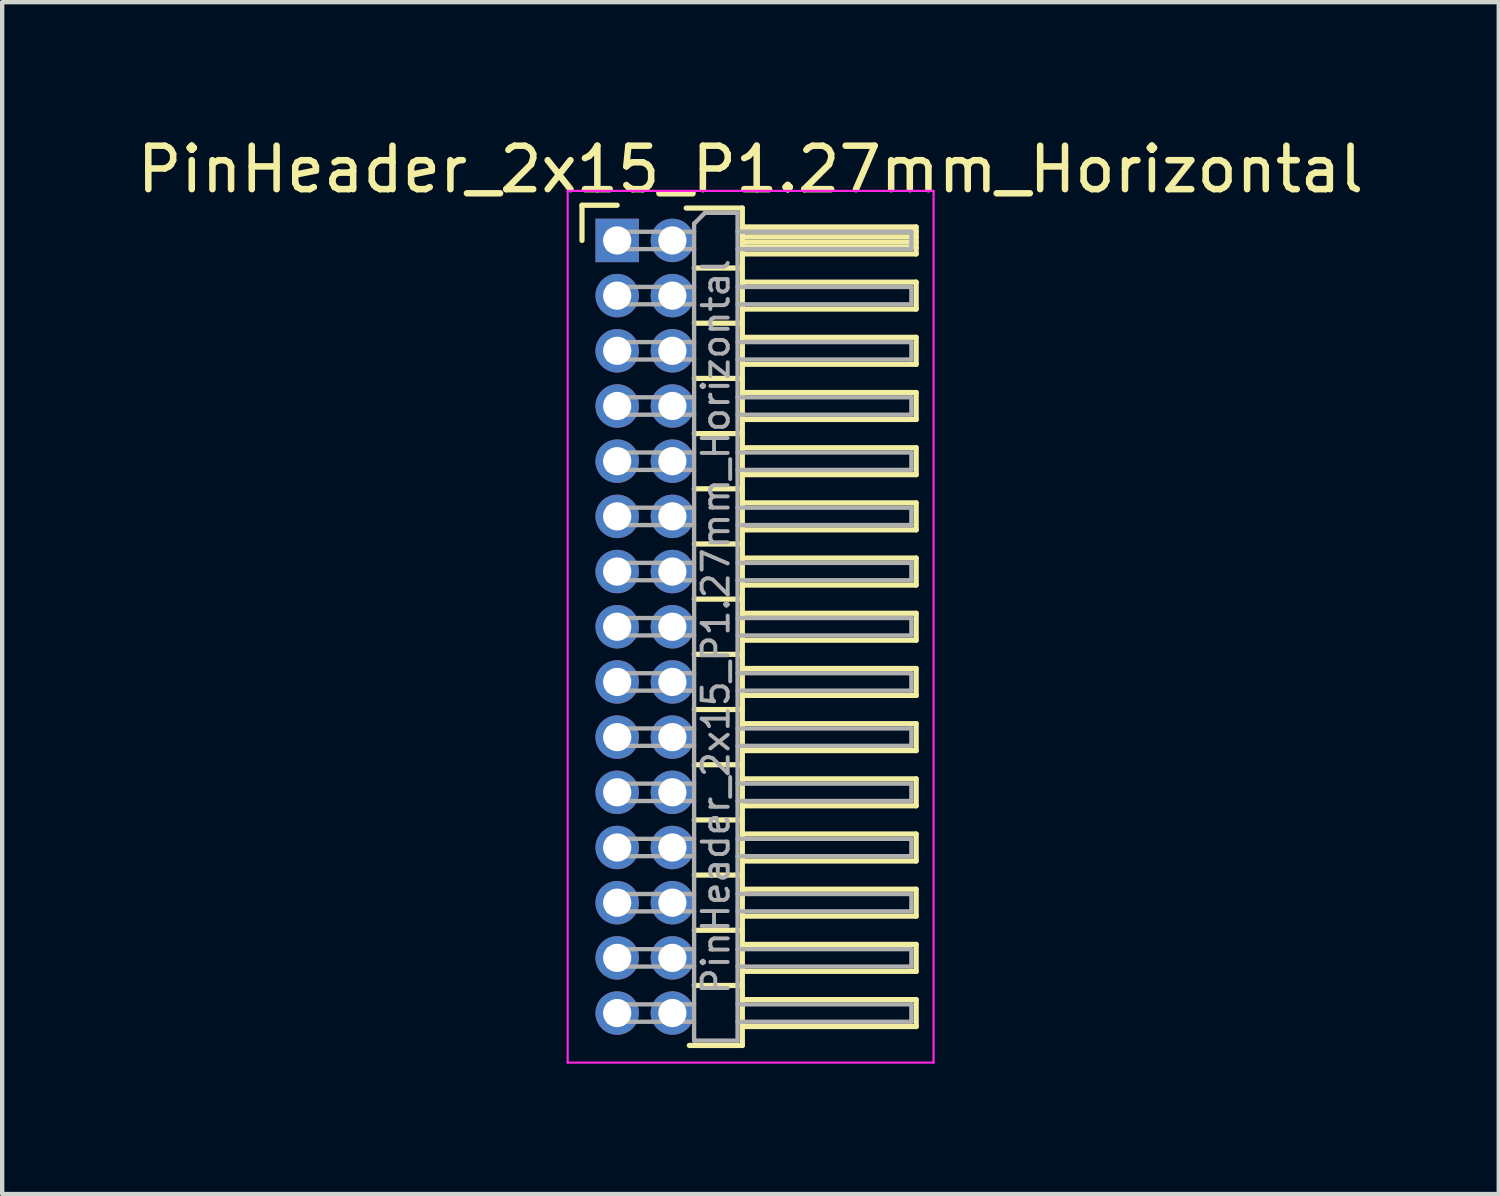
<source format=kicad_pcb>
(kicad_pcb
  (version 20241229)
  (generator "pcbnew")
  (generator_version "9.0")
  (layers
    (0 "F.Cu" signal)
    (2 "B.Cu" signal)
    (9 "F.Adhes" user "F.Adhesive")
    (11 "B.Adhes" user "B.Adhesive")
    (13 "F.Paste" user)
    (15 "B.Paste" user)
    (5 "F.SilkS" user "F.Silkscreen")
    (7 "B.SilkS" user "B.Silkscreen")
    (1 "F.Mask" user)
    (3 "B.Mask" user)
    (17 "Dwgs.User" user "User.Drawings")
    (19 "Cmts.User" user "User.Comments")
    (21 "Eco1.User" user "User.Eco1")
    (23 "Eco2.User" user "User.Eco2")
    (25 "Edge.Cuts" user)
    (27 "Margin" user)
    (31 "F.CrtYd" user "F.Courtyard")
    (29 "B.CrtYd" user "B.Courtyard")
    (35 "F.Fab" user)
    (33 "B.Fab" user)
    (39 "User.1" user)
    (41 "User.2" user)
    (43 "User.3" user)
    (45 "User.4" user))
  (footprint "PinHeader_2x15_P1.27mm_Horizontal"
    (layer "F.Cu")
    (at 11.153 2.483)
    (property "Reference" "PinHeader_2x15_P1.27mm_Horizontal" (at 3.067 -1.635 0) (layer "F.SilkS") (effects (font (size 1 1) (thickness 0.15))))
    (attr through_hole)
    (fp_line (start -0.81 -0.81) (end 0 -0.81) (stroke (width 0.12) (type solid)) (layer "F.SilkS"))
    (fp_line (start -0.81 0) (end -0.81 -0.81) (stroke (width 0.12) (type solid)) (layer "F.SilkS"))
    (fp_line (start 1.588 -0.745) (end 2.88 -0.745) (stroke (width 0.12) (type solid)) (layer "F.SilkS"))
    (fp_line (start 1.773 0.635) (end 2.88 0.635) (stroke (width 0.12) (type solid)) (layer "F.SilkS"))
    (fp_line (start 1.773 1.905) (end 2.88 1.905) (stroke (width 0.12) (type solid)) (layer "F.SilkS"))
    (fp_line (start 1.773 3.175) (end 2.88 3.175) (stroke (width 0.12) (type solid)) (layer "F.SilkS"))
    (fp_line (start 1.773 4.445) (end 2.88 4.445) (stroke (width 0.12) (type solid)) (layer "F.SilkS"))
    (fp_line (start 1.773 5.715) (end 2.88 5.715) (stroke (width 0.12) (type solid)) (layer "F.SilkS"))
    (fp_line (start 1.773 6.985) (end 2.88 6.985) (stroke (width 0.12) (type solid)) (layer "F.SilkS"))
    (fp_line (start 1.773 8.255) (end 2.88 8.255) (stroke (width 0.12) (type solid)) (layer "F.SilkS"))
    (fp_line (start 1.773 9.525) (end 2.88 9.525) (stroke (width 0.12) (type solid)) (layer "F.SilkS"))
    (fp_line (start 1.773 10.795) (end 2.88 10.795) (stroke (width 0.12) (type solid)) (layer "F.SilkS"))
    (fp_line (start 1.773 12.065) (end 2.88 12.065) (stroke (width 0.12) (type solid)) (layer "F.SilkS"))
    (fp_line (start 1.773 13.335) (end 2.88 13.335) (stroke (width 0.12) (type solid)) (layer "F.SilkS"))
    (fp_line (start 1.773 14.605) (end 2.88 14.605) (stroke (width 0.12) (type solid)) (layer "F.SilkS"))
    (fp_line (start 1.773 15.875) (end 2.88 15.875) (stroke (width 0.12) (type solid)) (layer "F.SilkS"))
    (fp_line (start 1.773 17.145) (end 2.88 17.145) (stroke (width 0.12) (type solid)) (layer "F.SilkS"))
    (fp_line (start 2.88 -0.745) (end 2.88 18.525) (stroke (width 0.12) (type solid)) (layer "F.SilkS"))
    (fp_line (start 2.88 -0.31) (end 6.88 -0.31) (stroke (width 0.12) (type solid)) (layer "F.SilkS"))
    (fp_line (start 2.88 -0.2) (end 6.88 -0.2) (stroke (width 0.12) (type solid)) (layer "F.SilkS"))
    (fp_line (start 2.88 -0.08) (end 6.88 -0.08) (stroke (width 0.12) (type solid)) (layer "F.SilkS"))
    (fp_line (start 2.88 0.04) (end 6.88 0.04) (stroke (width 0.12) (type solid)) (layer "F.SilkS"))
    (fp_line (start 2.88 0.16) (end 6.88 0.16) (stroke (width 0.12) (type solid)) (layer "F.SilkS"))
    (fp_line (start 2.88 0.96) (end 6.88 0.96) (stroke (width 0.12) (type solid)) (layer "F.SilkS"))
    (fp_line (start 2.88 2.23) (end 6.88 2.23) (stroke (width 0.12) (type solid)) (layer "F.SilkS"))
    (fp_line (start 2.88 3.5) (end 6.88 3.5) (stroke (width 0.12) (type solid)) (layer "F.SilkS"))
    (fp_line (start 2.88 4.77) (end 6.88 4.77) (stroke (width 0.12) (type solid)) (layer "F.SilkS"))
    (fp_line (start 2.88 6.04) (end 6.88 6.04) (stroke (width 0.12) (type solid)) (layer "F.SilkS"))
    (fp_line (start 2.88 7.31) (end 6.88 7.31) (stroke (width 0.12) (type solid)) (layer "F.SilkS"))
    (fp_line (start 2.88 8.58) (end 6.88 8.58) (stroke (width 0.12) (type solid)) (layer "F.SilkS"))
    (fp_line (start 2.88 9.85) (end 6.88 9.85) (stroke (width 0.12) (type solid)) (layer "F.SilkS"))
    (fp_line (start 2.88 11.12) (end 6.88 11.12) (stroke (width 0.12) (type solid)) (layer "F.SilkS"))
    (fp_line (start 2.88 12.39) (end 6.88 12.39) (stroke (width 0.12) (type solid)) (layer "F.SilkS"))
    (fp_line (start 2.88 13.66) (end 6.88 13.66) (stroke (width 0.12) (type solid)) (layer "F.SilkS"))
    (fp_line (start 2.88 14.93) (end 6.88 14.93) (stroke (width 0.12) (type solid)) (layer "F.SilkS"))
    (fp_line (start 2.88 16.2) (end 6.88 16.2) (stroke (width 0.12) (type solid)) (layer "F.SilkS"))
    (fp_line (start 2.88 17.47) (end 6.88 17.47) (stroke (width 0.12) (type solid)) (layer "F.SilkS"))
    (fp_line (start 2.88 18.525) (end 1.66 18.525) (stroke (width 0.12) (type solid)) (layer "F.SilkS"))
    (fp_line (start 6.88 -0.31) (end 6.88 0.31) (stroke (width 0.12) (type solid)) (layer "F.SilkS"))
    (fp_line (start 6.88 0.31) (end 2.88 0.31) (stroke (width 0.12) (type solid)) (layer "F.SilkS"))
    (fp_line (start 6.88 0.96) (end 6.88 1.58) (stroke (width 0.12) (type solid)) (layer "F.SilkS"))
    (fp_line (start 6.88 1.58) (end 2.88 1.58) (stroke (width 0.12) (type solid)) (layer "F.SilkS"))
    (fp_line (start 6.88 2.23) (end 6.88 2.85) (stroke (width 0.12) (type solid)) (layer "F.SilkS"))
    (fp_line (start 6.88 2.85) (end 2.88 2.85) (stroke (width 0.12) (type solid)) (layer "F.SilkS"))
    (fp_line (start 6.88 3.5) (end 6.88 4.12) (stroke (width 0.12) (type solid)) (layer "F.SilkS"))
    (fp_line (start 6.88 4.12) (end 2.88 4.12) (stroke (width 0.12) (type solid)) (layer "F.SilkS"))
    (fp_line (start 6.88 4.77) (end 6.88 5.39) (stroke (width 0.12) (type solid)) (layer "F.SilkS"))
    (fp_line (start 6.88 5.39) (end 2.88 5.39) (stroke (width 0.12) (type solid)) (layer "F.SilkS"))
    (fp_line (start 6.88 6.04) (end 6.88 6.66) (stroke (width 0.12) (type solid)) (layer "F.SilkS"))
    (fp_line (start 6.88 6.66) (end 2.88 6.66) (stroke (width 0.12) (type solid)) (layer "F.SilkS"))
    (fp_line (start 6.88 7.31) (end 6.88 7.93) (stroke (width 0.12) (type solid)) (layer "F.SilkS"))
    (fp_line (start 6.88 7.93) (end 2.88 7.93) (stroke (width 0.12) (type solid)) (layer "F.SilkS"))
    (fp_line (start 6.88 8.58) (end 6.88 9.2) (stroke (width 0.12) (type solid)) (layer "F.SilkS"))
    (fp_line (start 6.88 9.2) (end 2.88 9.2) (stroke (width 0.12) (type solid)) (layer "F.SilkS"))
    (fp_line (start 6.88 9.85) (end 6.88 10.47) (stroke (width 0.12) (type solid)) (layer "F.SilkS"))
    (fp_line (start 6.88 10.47) (end 2.88 10.47) (stroke (width 0.12) (type solid)) (layer "F.SilkS"))
    (fp_line (start 6.88 11.12) (end 6.88 11.74) (stroke (width 0.12) (type solid)) (layer "F.SilkS"))
    (fp_line (start 6.88 11.74) (end 2.88 11.74) (stroke (width 0.12) (type solid)) (layer "F.SilkS"))
    (fp_line (start 6.88 12.39) (end 6.88 13.01) (stroke (width 0.12) (type solid)) (layer "F.SilkS"))
    (fp_line (start 6.88 13.01) (end 2.88 13.01) (stroke (width 0.12) (type solid)) (layer "F.SilkS"))
    (fp_line (start 6.88 13.66) (end 6.88 14.28) (stroke (width 0.12) (type solid)) (layer "F.SilkS"))
    (fp_line (start 6.88 14.28) (end 2.88 14.28) (stroke (width 0.12) (type solid)) (layer "F.SilkS"))
    (fp_line (start 6.88 14.93) (end 6.88 15.55) (stroke (width 0.12) (type solid)) (layer "F.SilkS"))
    (fp_line (start 6.88 15.55) (end 2.88 15.55) (stroke (width 0.12) (type solid)) (layer "F.SilkS"))
    (fp_line (start 6.88 16.2) (end 6.88 16.82) (stroke (width 0.12) (type solid)) (layer "F.SilkS"))
    (fp_line (start 6.88 16.82) (end 2.88 16.82) (stroke (width 0.12) (type solid)) (layer "F.SilkS"))
    (fp_line (start 6.88 17.47) (end 6.88 18.09) (stroke (width 0.12) (type solid)) (layer "F.SilkS"))
    (fp_line (start 6.88 18.09) (end 2.88 18.09) (stroke (width 0.12) (type solid)) (layer "F.SilkS"))
    (fp_line (start -1.14 -1.14) (end -1.14 18.92) (stroke (width 0.05) (type solid)) (layer "F.CrtYd"))
    (fp_line (start -1.14 18.92) (end 7.28 18.92) (stroke (width 0.05) (type solid)) (layer "F.CrtYd"))
    (fp_line (start 7.28 -1.14) (end -1.14 -1.14) (stroke (width 0.05) (type solid)) (layer "F.CrtYd"))
    (fp_line (start 7.28 18.92) (end 7.28 -1.14) (stroke (width 0.05) (type solid)) (layer "F.CrtYd"))
    (fp_line (start -0.2 -0.2) (end -0.2 0.2) (stroke (width 0.1) (type solid)) (layer "F.Fab"))
    (fp_line (start -0.2 -0.2) (end 1.77 -0.2) (stroke (width 0.1) (type solid)) (layer "F.Fab"))
    (fp_line (start -0.2 0.2) (end 1.77 0.2) (stroke (width 0.1) (type solid)) (layer "F.Fab"))
    (fp_line (start -0.2 1.07) (end -0.2 1.47) (stroke (width 0.1) (type solid)) (layer "F.Fab"))
    (fp_line (start -0.2 1.07) (end 1.77 1.07) (stroke (width 0.1) (type solid)) (layer "F.Fab"))
    (fp_line (start -0.2 1.47) (end 1.77 1.47) (stroke (width 0.1) (type solid)) (layer "F.Fab"))
    (fp_line (start -0.2 2.34) (end -0.2 2.74) (stroke (width 0.1) (type solid)) (layer "F.Fab"))
    (fp_line (start -0.2 2.34) (end 1.77 2.34) (stroke (width 0.1) (type solid)) (layer "F.Fab"))
    (fp_line (start -0.2 2.74) (end 1.77 2.74) (stroke (width 0.1) (type solid)) (layer "F.Fab"))
    (fp_line (start -0.2 3.61) (end -0.2 4.01) (stroke (width 0.1) (type solid)) (layer "F.Fab"))
    (fp_line (start -0.2 3.61) (end 1.77 3.61) (stroke (width 0.1) (type solid)) (layer "F.Fab"))
    (fp_line (start -0.2 4.01) (end 1.77 4.01) (stroke (width 0.1) (type solid)) (layer "F.Fab"))
    (fp_line (start -0.2 4.88) (end -0.2 5.28) (stroke (width 0.1) (type solid)) (layer "F.Fab"))
    (fp_line (start -0.2 4.88) (end 1.77 4.88) (stroke (width 0.1) (type solid)) (layer "F.Fab"))
    (fp_line (start -0.2 5.28) (end 1.77 5.28) (stroke (width 0.1) (type solid)) (layer "F.Fab"))
    (fp_line (start -0.2 6.15) (end -0.2 6.55) (stroke (width 0.1) (type solid)) (layer "F.Fab"))
    (fp_line (start -0.2 6.15) (end 1.77 6.15) (stroke (width 0.1) (type solid)) (layer "F.Fab"))
    (fp_line (start -0.2 6.55) (end 1.77 6.55) (stroke (width 0.1) (type solid)) (layer "F.Fab"))
    (fp_line (start -0.2 7.42) (end -0.2 7.82) (stroke (width 0.1) (type solid)) (layer "F.Fab"))
    (fp_line (start -0.2 7.42) (end 1.77 7.42) (stroke (width 0.1) (type solid)) (layer "F.Fab"))
    (fp_line (start -0.2 7.82) (end 1.77 7.82) (stroke (width 0.1) (type solid)) (layer "F.Fab"))
    (fp_line (start -0.2 8.69) (end -0.2 9.09) (stroke (width 0.1) (type solid)) (layer "F.Fab"))
    (fp_line (start -0.2 8.69) (end 1.77 8.69) (stroke (width 0.1) (type solid)) (layer "F.Fab"))
    (fp_line (start -0.2 9.09) (end 1.77 9.09) (stroke (width 0.1) (type solid)) (layer "F.Fab"))
    (fp_line (start -0.2 9.96) (end -0.2 10.36) (stroke (width 0.1) (type solid)) (layer "F.Fab"))
    (fp_line (start -0.2 9.96) (end 1.77 9.96) (stroke (width 0.1) (type solid)) (layer "F.Fab"))
    (fp_line (start -0.2 10.36) (end 1.77 10.36) (stroke (width 0.1) (type solid)) (layer "F.Fab"))
    (fp_line (start -0.2 11.23) (end -0.2 11.63) (stroke (width 0.1) (type solid)) (layer "F.Fab"))
    (fp_line (start -0.2 11.23) (end 1.77 11.23) (stroke (width 0.1) (type solid)) (layer "F.Fab"))
    (fp_line (start -0.2 11.63) (end 1.77 11.63) (stroke (width 0.1) (type solid)) (layer "F.Fab"))
    (fp_line (start -0.2 12.5) (end -0.2 12.9) (stroke (width 0.1) (type solid)) (layer "F.Fab"))
    (fp_line (start -0.2 12.5) (end 1.77 12.5) (stroke (width 0.1) (type solid)) (layer "F.Fab"))
    (fp_line (start -0.2 12.9) (end 1.77 12.9) (stroke (width 0.1) (type solid)) (layer "F.Fab"))
    (fp_line (start -0.2 13.77) (end -0.2 14.17) (stroke (width 0.1) (type solid)) (layer "F.Fab"))
    (fp_line (start -0.2 13.77) (end 1.77 13.77) (stroke (width 0.1) (type solid)) (layer "F.Fab"))
    (fp_line (start -0.2 14.17) (end 1.77 14.17) (stroke (width 0.1) (type solid)) (layer "F.Fab"))
    (fp_line (start -0.2 15.04) (end -0.2 15.44) (stroke (width 0.1) (type solid)) (layer "F.Fab"))
    (fp_line (start -0.2 15.04) (end 1.77 15.04) (stroke (width 0.1) (type solid)) (layer "F.Fab"))
    (fp_line (start -0.2 15.44) (end 1.77 15.44) (stroke (width 0.1) (type solid)) (layer "F.Fab"))
    (fp_line (start -0.2 16.31) (end -0.2 16.71) (stroke (width 0.1) (type solid)) (layer "F.Fab"))
    (fp_line (start -0.2 16.31) (end 1.77 16.31) (stroke (width 0.1) (type solid)) (layer "F.Fab"))
    (fp_line (start -0.2 16.71) (end 1.77 16.71) (stroke (width 0.1) (type solid)) (layer "F.Fab"))
    (fp_line (start -0.2 17.58) (end -0.2 17.98) (stroke (width 0.1) (type solid)) (layer "F.Fab"))
    (fp_line (start -0.2 17.58) (end 1.77 17.58) (stroke (width 0.1) (type solid)) (layer "F.Fab"))
    (fp_line (start -0.2 17.98) (end 1.77 17.98) (stroke (width 0.1) (type solid)) (layer "F.Fab"))
    (fp_line (start 1.77 -0.385) (end 2.02 -0.635) (stroke (width 0.1) (type solid)) (layer "F.Fab"))
    (fp_line (start 1.77 18.415) (end 1.77 -0.385) (stroke (width 0.1) (type solid)) (layer "F.Fab"))
    (fp_line (start 2.02 -0.635) (end 2.77 -0.635) (stroke (width 0.1) (type solid)) (layer "F.Fab"))
    (fp_line (start 2.77 -0.635) (end 2.77 18.415) (stroke (width 0.1) (type solid)) (layer "F.Fab"))
    (fp_line (start 2.77 -0.2) (end 6.77 -0.2) (stroke (width 0.1) (type solid)) (layer "F.Fab"))
    (fp_line (start 2.77 0.2) (end 6.77 0.2) (stroke (width 0.1) (type solid)) (layer "F.Fab"))
    (fp_line (start 2.77 1.07) (end 6.77 1.07) (stroke (width 0.1) (type solid)) (layer "F.Fab"))
    (fp_line (start 2.77 1.47) (end 6.77 1.47) (stroke (width 0.1) (type solid)) (layer "F.Fab"))
    (fp_line (start 2.77 2.34) (end 6.77 2.34) (stroke (width 0.1) (type solid)) (layer "F.Fab"))
    (fp_line (start 2.77 2.74) (end 6.77 2.74) (stroke (width 0.1) (type solid)) (layer "F.Fab"))
    (fp_line (start 2.77 3.61) (end 6.77 3.61) (stroke (width 0.1) (type solid)) (layer "F.Fab"))
    (fp_line (start 2.77 4.01) (end 6.77 4.01) (stroke (width 0.1) (type solid)) (layer "F.Fab"))
    (fp_line (start 2.77 4.88) (end 6.77 4.88) (stroke (width 0.1) (type solid)) (layer "F.Fab"))
    (fp_line (start 2.77 5.28) (end 6.77 5.28) (stroke (width 0.1) (type solid)) (layer "F.Fab"))
    (fp_line (start 2.77 6.15) (end 6.77 6.15) (stroke (width 0.1) (type solid)) (layer "F.Fab"))
    (fp_line (start 2.77 6.55) (end 6.77 6.55) (stroke (width 0.1) (type solid)) (layer "F.Fab"))
    (fp_line (start 2.77 7.42) (end 6.77 7.42) (stroke (width 0.1) (type solid)) (layer "F.Fab"))
    (fp_line (start 2.77 7.82) (end 6.77 7.82) (stroke (width 0.1) (type solid)) (layer "F.Fab"))
    (fp_line (start 2.77 8.69) (end 6.77 8.69) (stroke (width 0.1) (type solid)) (layer "F.Fab"))
    (fp_line (start 2.77 9.09) (end 6.77 9.09) (stroke (width 0.1) (type solid)) (layer "F.Fab"))
    (fp_line (start 2.77 9.96) (end 6.77 9.96) (stroke (width 0.1) (type solid)) (layer "F.Fab"))
    (fp_line (start 2.77 10.36) (end 6.77 10.36) (stroke (width 0.1) (type solid)) (layer "F.Fab"))
    (fp_line (start 2.77 11.23) (end 6.77 11.23) (stroke (width 0.1) (type solid)) (layer "F.Fab"))
    (fp_line (start 2.77 11.63) (end 6.77 11.63) (stroke (width 0.1) (type solid)) (layer "F.Fab"))
    (fp_line (start 2.77 12.5) (end 6.77 12.5) (stroke (width 0.1) (type solid)) (layer "F.Fab"))
    (fp_line (start 2.77 12.9) (end 6.77 12.9) (stroke (width 0.1) (type solid)) (layer "F.Fab"))
    (fp_line (start 2.77 13.77) (end 6.77 13.77) (stroke (width 0.1) (type solid)) (layer "F.Fab"))
    (fp_line (start 2.77 14.17) (end 6.77 14.17) (stroke (width 0.1) (type solid)) (layer "F.Fab"))
    (fp_line (start 2.77 15.04) (end 6.77 15.04) (stroke (width 0.1) (type solid)) (layer "F.Fab"))
    (fp_line (start 2.77 15.44) (end 6.77 15.44) (stroke (width 0.1) (type solid)) (layer "F.Fab"))
    (fp_line (start 2.77 16.31) (end 6.77 16.31) (stroke (width 0.1) (type solid)) (layer "F.Fab"))
    (fp_line (start 2.77 16.71) (end 6.77 16.71) (stroke (width 0.1) (type solid)) (layer "F.Fab"))
    (fp_line (start 2.77 17.58) (end 6.77 17.58) (stroke (width 0.1) (type solid)) (layer "F.Fab"))
    (fp_line (start 2.77 17.98) (end 6.77 17.98) (stroke (width 0.1) (type solid)) (layer "F.Fab"))
    (fp_line (start 2.77 18.415) (end 1.77 18.415) (stroke (width 0.1) (type solid)) (layer "F.Fab"))
    (fp_line (start 6.77 -0.2) (end 6.77 0.2) (stroke (width 0.1) (type solid)) (layer "F.Fab"))
    (fp_line (start 6.77 1.07) (end 6.77 1.47) (stroke (width 0.1) (type solid)) (layer "F.Fab"))
    (fp_line (start 6.77 2.34) (end 6.77 2.74) (stroke (width 0.1) (type solid)) (layer "F.Fab"))
    (fp_line (start 6.77 3.61) (end 6.77 4.01) (stroke (width 0.1) (type solid)) (layer "F.Fab"))
    (fp_line (start 6.77 4.88) (end 6.77 5.28) (stroke (width 0.1) (type solid)) (layer "F.Fab"))
    (fp_line (start 6.77 6.15) (end 6.77 6.55) (stroke (width 0.1) (type solid)) (layer "F.Fab"))
    (fp_line (start 6.77 7.42) (end 6.77 7.82) (stroke (width 0.1) (type solid)) (layer "F.Fab"))
    (fp_line (start 6.77 8.69) (end 6.77 9.09) (stroke (width 0.1) (type solid)) (layer "F.Fab"))
    (fp_line (start 6.77 9.96) (end 6.77 10.36) (stroke (width 0.1) (type solid)) (layer "F.Fab"))
    (fp_line (start 6.77 11.23) (end 6.77 11.63) (stroke (width 0.1) (type solid)) (layer "F.Fab"))
    (fp_line (start 6.77 12.5) (end 6.77 12.9) (stroke (width 0.1) (type solid)) (layer "F.Fab"))
    (fp_line (start 6.77 13.77) (end 6.77 14.17) (stroke (width 0.1) (type solid)) (layer "F.Fab"))
    (fp_line (start 6.77 15.04) (end 6.77 15.44) (stroke (width 0.1) (type solid)) (layer "F.Fab"))
    (fp_line (start 6.77 16.31) (end 6.77 16.71) (stroke (width 0.1) (type solid)) (layer "F.Fab"))
    (fp_line (start 6.77 17.58) (end 6.77 17.98) (stroke (width 0.1) (type solid)) (layer "F.Fab"))
    (fp_text user "${REFERENCE}" (at 2.27 8.89 90) (layer "F.Fab") (effects (font (size 0.6 0.6) (thickness 0.09))))
    (pad "1" thru_hole rect (at 0 0) (size 1 1) (drill 0.65) (layers "*.Cu" "*.Mask"))
    (pad "2" thru_hole circle (at 1.27 0) (size 1 1) (drill 0.65) (layers "*.Cu" "*.Mask"))
    (pad "3" thru_hole circle (at 0 1.27) (size 1 1) (drill 0.65) (layers "*.Cu" "*.Mask"))
    (pad "4" thru_hole circle (at 1.27 1.27) (size 1 1) (drill 0.65) (layers "*.Cu" "*.Mask"))
    (pad "5" thru_hole circle (at 0 2.54) (size 1 1) (drill 0.65) (layers "*.Cu" "*.Mask"))
    (pad "6" thru_hole circle (at 1.27 2.54) (size 1 1) (drill 0.65) (layers "*.Cu" "*.Mask"))
    (pad "7" thru_hole circle (at 0 3.81) (size 1 1) (drill 0.65) (layers "*.Cu" "*.Mask"))
    (pad "8" thru_hole circle (at 1.27 3.81) (size 1 1) (drill 0.65) (layers "*.Cu" "*.Mask"))
    (pad "9" thru_hole circle (at 0 5.08) (size 1 1) (drill 0.65) (layers "*.Cu" "*.Mask"))
    (pad "10" thru_hole circle (at 1.27 5.08) (size 1 1) (drill 0.65) (layers "*.Cu" "*.Mask"))
    (pad "11" thru_hole circle (at 0 6.35) (size 1 1) (drill 0.65) (layers "*.Cu" "*.Mask"))
    (pad "12" thru_hole circle (at 1.27 6.35) (size 1 1) (drill 0.65) (layers "*.Cu" "*.Mask"))
    (pad "13" thru_hole circle (at 0 7.62) (size 1 1) (drill 0.65) (layers "*.Cu" "*.Mask"))
    (pad "14" thru_hole circle (at 1.27 7.62) (size 1 1) (drill 0.65) (layers "*.Cu" "*.Mask"))
    (pad "15" thru_hole circle (at 0 8.89) (size 1 1) (drill 0.65) (layers "*.Cu" "*.Mask"))
    (pad "16" thru_hole circle (at 1.27 8.89) (size 1 1) (drill 0.65) (layers "*.Cu" "*.Mask"))
    (pad "17" thru_hole circle (at 0 10.16) (size 1 1) (drill 0.65) (layers "*.Cu" "*.Mask"))
    (pad "18" thru_hole circle (at 1.27 10.16) (size 1 1) (drill 0.65) (layers "*.Cu" "*.Mask"))
    (pad "19" thru_hole circle (at 0 11.43) (size 1 1) (drill 0.65) (layers "*.Cu" "*.Mask"))
    (pad "20" thru_hole circle (at 1.27 11.43) (size 1 1) (drill 0.65) (layers "*.Cu" "*.Mask"))
    (pad "21" thru_hole circle (at 0 12.7) (size 1 1) (drill 0.65) (layers "*.Cu" "*.Mask"))
    (pad "22" thru_hole circle (at 1.27 12.7) (size 1 1) (drill 0.65) (layers "*.Cu" "*.Mask"))
    (pad "23" thru_hole circle (at 0 13.97) (size 1 1) (drill 0.65) (layers "*.Cu" "*.Mask"))
    (pad "24" thru_hole circle (at 1.27 13.97) (size 1 1) (drill 0.65) (layers "*.Cu" "*.Mask"))
    (pad "25" thru_hole circle (at 0 15.24) (size 1 1) (drill 0.65) (layers "*.Cu" "*.Mask"))
    (pad "26" thru_hole circle (at 1.27 15.24) (size 1 1) (drill 0.65) (layers "*.Cu" "*.Mask"))
    (pad "27" thru_hole circle (at 0 16.51) (size 1 1) (drill 0.65) (layers "*.Cu" "*.Mask"))
    (pad "28" thru_hole circle (at 1.27 16.51) (size 1 1) (drill 0.65) (layers "*.Cu" "*.Mask"))
    (pad "29" thru_hole circle (at 0 17.78) (size 1 1) (drill 0.65) (layers "*.Cu" "*.Mask"))
    (pad "30" thru_hole circle (at 1.27 17.78) (size 1 1) (drill 0.65) (layers "*.Cu" "*.Mask")))
  (gr_rect
    (start -3 -3)
    (end 31.44 24.428)
    (stroke (width 0.1) (type default))
    (fill no)
    (layer "Edge.Cuts")))
</source>
